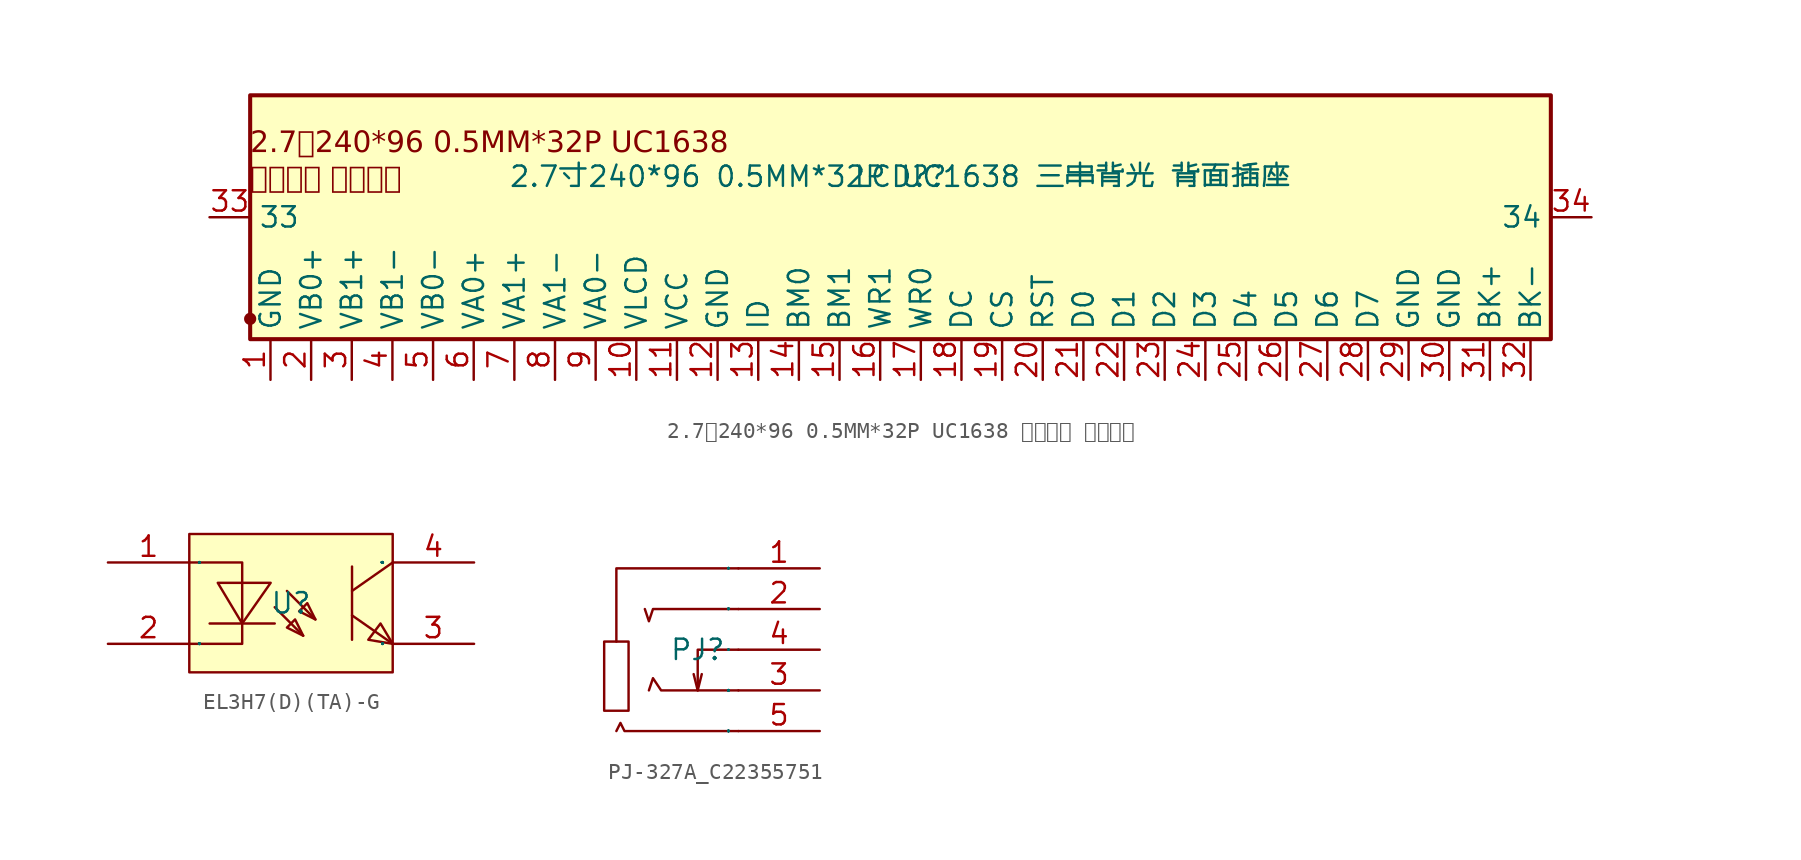
<source format=kicad_sym>
(kicad_symbol_lib
  (version 20241209)
  (generator "kicad_symbol_editor")
  (generator_version "9.0")
  (symbol "2.7寸240*96 0.5MM*32P UC1638 三串背光 背面插座"
    (property "Reference" "LCD?"
      (at 0 0 0)
      (effects (font (size 1.27 1.27))))
    (property "Value" "2.7寸240*96 0.5MM*32P UC1638 三串背光 背面插座"
      (at 0 0 0)
      (effects (font (size 1.27 1.27))))
    (symbol "2.7寸240*96 0.5MM*32P UC1638 三串背光 背面插座_0_0"
      (rectangle (start -40.64 5.08) (end 40.64 -10.16) (stroke (width 0.254) (type solid)) (fill (type background)))
      (circle (center -40.64 -8.89) (radius 0.254) (stroke (width 0.254) (type solid)) (fill (type outline)))
      (pin unspecified line (at -43.18 -2.54 0) (length 2.54) (name "33" (effects (font (size 1.27 1.27)))) (number "33" (effects (font (size 1.27 1.27)))))
      (pin unspecified line (at -39.37 -12.7 90) (length 2.54) (name "GND" (effects (font (size 1.27 1.27)))) (number "1" (effects (font (size 1.27 1.27)))))
      (pin unspecified line (at -36.83 -12.7 90) (length 2.54) (name "VB0+" (effects (font (size 1.27 1.27)))) (number "2" (effects (font (size 1.27 1.27)))))
      (pin unspecified line (at -34.29 -12.7 90) (length 2.54) (name "VB1+" (effects (font (size 1.27 1.27)))) (number "3" (effects (font (size 1.27 1.27)))))
      (pin unspecified line (at -31.75 -12.7 90) (length 2.54) (name "VB1-" (effects (font (size 1.27 1.27)))) (number "4" (effects (font (size 1.27 1.27)))))
      (pin unspecified line (at -29.21 -12.7 90) (length 2.54) (name "VB0-" (effects (font (size 1.27 1.27)))) (number "5" (effects (font (size 1.27 1.27)))))
      (pin unspecified line (at -26.67 -12.7 90) (length 2.54) (name "VA0+" (effects (font (size 1.27 1.27)))) (number "6" (effects (font (size 1.27 1.27)))))
      (pin unspecified line (at -24.13 -12.7 90) (length 2.54) (name "VA1+" (effects (font (size 1.27 1.27)))) (number "7" (effects (font (size 1.27 1.27)))))
      (pin unspecified line (at -21.59 -12.7 90) (length 2.54) (name "VA1-" (effects (font (size 1.27 1.27)))) (number "8" (effects (font (size 1.27 1.27)))))
      (pin unspecified line (at -19.05 -12.7 90) (length 2.54) (name "VA0-" (effects (font (size 1.27 1.27)))) (number "9" (effects (font (size 1.27 1.27)))))
      (pin unspecified line (at -16.51 -12.7 90) (length 2.54) (name "VLCD" (effects (font (size 1.27 1.27)))) (number "10" (effects (font (size 1.27 1.27)))))
      (pin unspecified line (at -13.97 -12.7 90) (length 2.54) (name "VCC" (effects (font (size 1.27 1.27)))) (number "11" (effects (font (size 1.27 1.27)))))
      (pin unspecified line (at -11.43 -12.7 90) (length 2.54) (name "GND" (effects (font (size 1.27 1.27)))) (number "12" (effects (font (size 1.27 1.27)))))
      (pin unspecified line (at -8.89 -12.7 90) (length 2.54) (name "ID" (effects (font (size 1.27 1.27)))) (number "13" (effects (font (size 1.27 1.27)))))
      (pin unspecified line (at -6.35 -12.7 90) (length 2.54) (name "BM0" (effects (font (size 1.27 1.27)))) (number "14" (effects (font (size 1.27 1.27)))))
      (pin unspecified line (at -3.81 -12.7 90) (length 2.54) (name "BM1" (effects (font (size 1.27 1.27)))) (number "15" (effects (font (size 1.27 1.27)))))
      (pin unspecified line (at -1.27 -12.7 90) (length 2.54) (name "WR1" (effects (font (size 1.27 1.27)))) (number "16" (effects (font (size 1.27 1.27)))))
      (pin unspecified line (at 1.27 -12.7 90) (length 2.54) (name "WR0" (effects (font (size 1.27 1.27)))) (number "17" (effects (font (size 1.27 1.27)))))
      (pin unspecified line (at 3.81 -12.7 90) (length 2.54) (name "DC" (effects (font (size 1.27 1.27)))) (number "18" (effects (font (size 1.27 1.27)))))
      (pin unspecified line (at 6.35 -12.7 90) (length 2.54) (name "CS" (effects (font (size 1.27 1.27)))) (number "19" (effects (font (size 1.27 1.27)))))
      (pin unspecified line (at 8.89 -12.7 90) (length 2.54) (name "RST" (effects (font (size 1.27 1.27)))) (number "20" (effects (font (size 1.27 1.27)))))
      (pin unspecified line (at 11.43 -12.7 90) (length 2.54) (name "D0" (effects (font (size 1.27 1.27)))) (number "21" (effects (font (size 1.27 1.27)))))
      (pin unspecified line (at 13.97 -12.7 90) (length 2.54) (name "D1" (effects (font (size 1.27 1.27)))) (number "22" (effects (font (size 1.27 1.27)))))
      (pin unspecified line (at 16.51 -12.7 90) (length 2.54) (name "D2" (effects (font (size 1.27 1.27)))) (number "23" (effects (font (size 1.27 1.27)))))
      (pin unspecified line (at 19.05 -12.7 90) (length 2.54) (name "D3" (effects (font (size 1.27 1.27)))) (number "24" (effects (font (size 1.27 1.27)))))
      (pin unspecified line (at 21.59 -12.7 90) (length 2.54) (name "D4" (effects (font (size 1.27 1.27)))) (number "25" (effects (font (size 1.27 1.27)))))
      (pin unspecified line (at 24.13 -12.7 90) (length 2.54) (name "D5" (effects (font (size 1.27 1.27)))) (number "26" (effects (font (size 1.27 1.27)))))
      (pin unspecified line (at 26.67 -12.7 90) (length 2.54) (name "D6" (effects (font (size 1.27 1.27)))) (number "27" (effects (font (size 1.27 1.27)))))
      (pin unspecified line (at 29.21 -12.7 90) (length 2.54) (name "D7" (effects (font (size 1.27 1.27)))) (number "28" (effects (font (size 1.27 1.27)))))
      (pin unspecified line (at 31.75 -12.7 90) (length 2.54) (name "GND" (effects (font (size 1.27 1.27)))) (number "29" (effects (font (size 1.27 1.27)))))
      (pin unspecified line (at 34.29 -12.7 90) (length 2.54) (name "GND" (effects (font (size 1.27 1.27)))) (number "30" (effects (font (size 1.27 1.27)))))
      (pin unspecified line (at 36.83 -12.7 90) (length 2.54) (name "BK+" (effects (font (size 1.27 1.27)))) (number "31" (effects (font (size 1.27 1.27)))))
      (pin unspecified line (at 39.37 -12.7 90) (length 2.54) (name "BK-" (effects (font (size 1.27 1.27)))) (number "32" (effects (font (size 1.27 1.27)))))
      (pin unspecified line (at 43.18 -2.54 180) (length 2.54) (name "34" (effects (font (size 1.27 1.27)))) (number "34" (effects (font (size 1.27 1.27))))))
    (symbol "2.7寸240*96 0.5MM*32P UC1638 三串背光 背面插座_1_0"
      (text "2.7寸240*96 0.5MM*32P UC1638\n三串背光 背面插座" (at -40.64 2.855 0) (effects (font (face "微软雅黑 Consolas") (size 1.321 1.321)) (justify left top)))))
  (symbol "EL3H7(D)(TA)-G"
    (property "Reference" "U"
      (at 0 0 0)
      (effects (font (size 1.27 1.27))))
    (property "Value" ""
      (at 0 0 0)
      (effects (font (size 1.27 1.27))))
    (symbol "EL3H7(D)(TA)-G_1_0"
      (rectangle (start -6.35 4.318) (end 6.35 -4.318) (stroke (width 0) (type default)) (fill (type background)))
      (polyline (pts (xy -6.35 2.54) (xy -3.048 2.54) (xy -3.048 2.54) (xy -3.048 -2.54) (xy -3.048 -2.54) (xy -6.35 -2.54)) (stroke (width 0) (type default)) (fill (type none)))
      (polyline (pts (xy -4.572 1.27) (xy -3.048 -1.27) (xy -3.048 -1.27) (xy -1.27 1.27) (xy -1.27 1.27) (xy -4.572 1.27)) (stroke (width 0) (type default)) (fill (type none)))
      (polyline (pts (xy -1.016 -0.254) (xy 0.762 -2.032)) (stroke (width 0) (type default)) (fill (type none)))
      (polyline (pts (xy -1.016 -1.27) (xy -5.08 -1.27)) (stroke (width 0) (type default)) (fill (type none)))
      (polyline (pts (xy -0.254 0.762) (xy 1.524 -1.016)) (stroke (width 0) (type default)) (fill (type none)))
      (polyline (pts (xy 0.762 -2.032) (xy 0.254 -1.016) (xy 0.254 -1.016) (xy -0.254 -1.524) (xy -0.254 -1.524) (xy 0.762 -2.032)) (stroke (width 0) (type default)) (fill (type none)))
      (polyline (pts (xy 1.524 -1.016) (xy 1.016 0) (xy 1.016 0) (xy 0.508 -0.508) (xy 0.508 -0.508) (xy 1.524 -1.016)) (stroke (width 0) (type default)) (fill (type none)))
      (polyline (pts (xy 3.81 2.286) (xy 3.81 -2.286)) (stroke (width 0) (type default)) (fill (type none)))
      (polyline (pts (xy 3.81 -0.762) (xy 6.35 -2.54)) (stroke (width 0) (type default)) (fill (type none)))
      (polyline (pts (xy 6.35 2.54) (xy 3.81 0.762)) (stroke (width 0) (type default)) (fill (type none)))
      (polyline (pts (xy 6.35 -2.54) (xy 5.588 -1.27) (xy 5.588 -1.27) (xy 4.826 -2.286) (xy 4.826 -2.286) (xy 6.35 -2.54)) (stroke (width 0) (type default)) (fill (type none)))
      (pin unspecified line (at -11.43 2.54 0) (length 5.08) (name "AN" (effects (font (size 0.025 0.025)))) (number "1" (effects (font (size 1.27 1.27)))))
      (pin unspecified line (at -11.43 -2.54 0) (length 5.08) (name "CA" (effects (font (size 0.025 0.025)))) (number "2" (effects (font (size 1.27 1.27)))))
      (pin unspecified line (at 11.43 2.54 180) (length 5.08) (name "COL" (effects (font (size 0.025 0.025)))) (number "4" (effects (font (size 1.27 1.27)))))
      (pin unspecified line (at 11.43 -2.54 180) (length 5.08) (name "EM" (effects (font (size 0.025 0.025)))) (number "3" (effects (font (size 1.27 1.27)))))))
  (symbol "PJ-327A_C22355751"
    (property "Reference" "PJ"
      (at 0 0 0)
      (effects (font (size 1.27 1.27))))
    (property "Value" ""
      (at 0 0 0)
      (effects (font (size 1.27 1.27))))
    (symbol "PJ-327A_C22355751_1_0"
      (rectangle (start -5.842 -3.81) (end -4.318 0.508) (stroke (width 0) (type default)) (fill (type none)))
      (polyline (pts (xy -5.08 0.508) (xy -5.08 5.08) (xy -5.08 5.08) (xy 2.54 5.08)) (stroke (width 0) (type default)) (fill (type none)))
      (polyline (pts (xy 0 -2.54) (xy -0.254 -1.524)) (stroke (width 0) (type default)) (fill (type none)))
      (polyline (pts (xy 2.54 2.54) (xy -2.794 2.54) (xy -2.794 2.54) (xy -3.048 1.778) (xy -3.048 1.778) (xy -3.302 2.54)) (stroke (width 0) (type default)) (fill (type none)))
      (polyline (pts (xy 2.54 0) (xy 0 0) (xy 0 0) (xy 0 -2.54) (xy 0 -2.54) (xy 0.254 -1.524) (xy 0.254 -1.524) (xy 0.254 -1.524)) (stroke (width 0) (type default)) (fill (type none)))
      (polyline (pts (xy 2.54 -2.54) (xy -2.286 -2.54) (xy -2.286 -2.54) (xy -2.794 -1.778) (xy -2.794 -1.778) (xy -3.048 -2.54)) (stroke (width 0) (type default)) (fill (type none)))
      (polyline (pts (xy 2.54 -5.08) (xy -4.572 -5.08) (xy -4.572 -5.08) (xy -4.826 -4.572) (xy -4.826 -4.572) (xy -5.08 -5.08)) (stroke (width 0) (type default)) (fill (type none)))
      (pin unspecified line (at 7.62 5.08 180) (length 5.08) (name "1" (effects (font (size 0.025 0.025)))) (number "1" (effects (font (size 1.27 1.27)))))
      (pin unspecified line (at 7.62 2.54 180) (length 5.08) (name "2" (effects (font (size 0.025 0.025)))) (number "2" (effects (font (size 1.27 1.27)))))
      (pin unspecified line (at 7.62 0 180) (length 5.08) (name "4" (effects (font (size 0.025 0.025)))) (number "4" (effects (font (size 1.27 1.27)))))
      (pin unspecified line (at 7.62 -2.54 180) (length 5.08) (name "3" (effects (font (size 0.025 0.025)))) (number "3" (effects (font (size 1.27 1.27)))))
      (pin unspecified line (at 7.62 -5.08 180) (length 5.08) (name "5" (effects (font (size 0.025 0.025)))) (number "5" (effects (font (size 1.27 1.27))))))))
</source>
